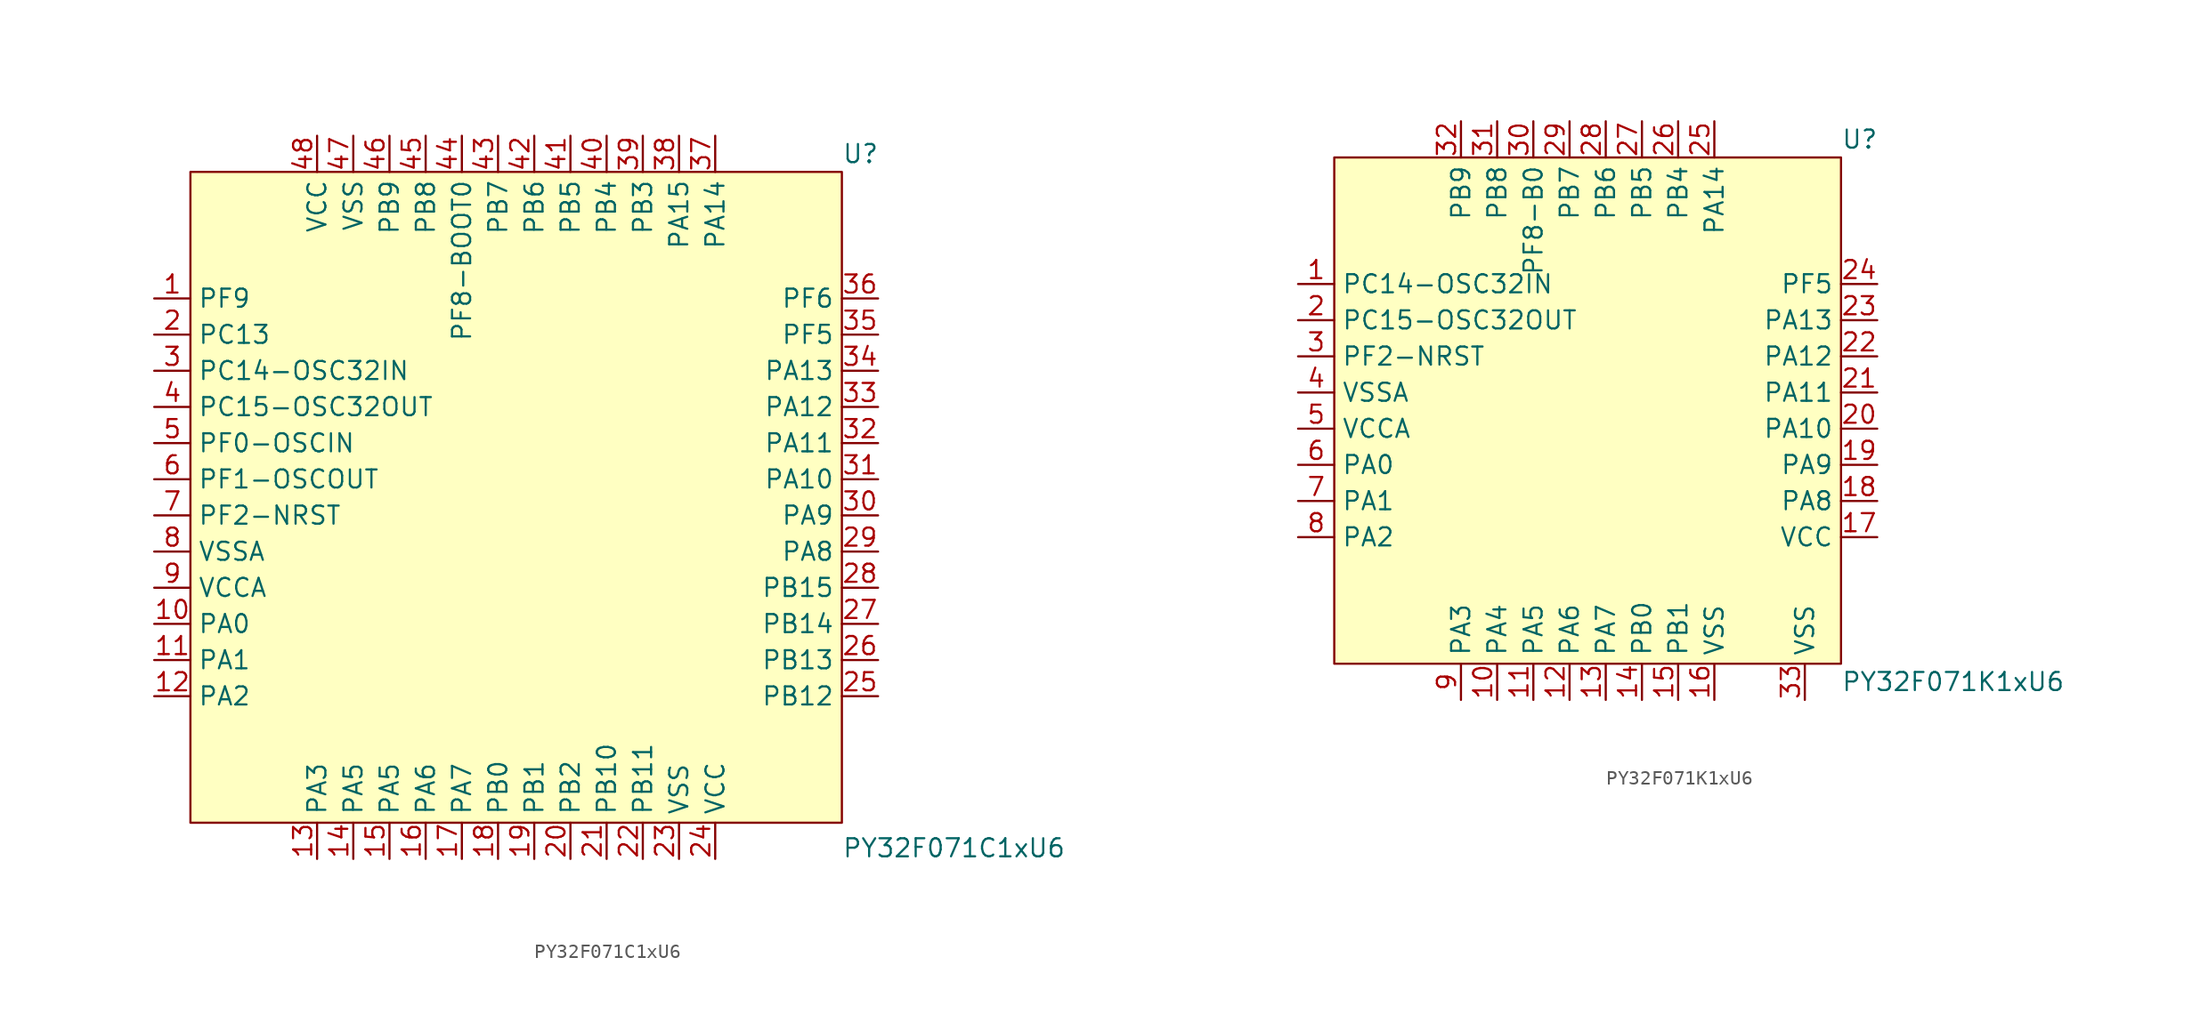
<source format=kicad_sym>
(kicad_symbol_lib
  (version 20241209)
  (generator "kicad_symbol_editor")
  (generator_version "9.0")
  (symbol "PY32F071C1xU6"
    (property "Reference" "U"
      (at 22.86 24.13 0)
      (effects (font (size 1.27 1.27)) (justify left)))
    (property "Value" "PY32F071C1xU6"
      (at 22.86 -24.638 0)
      (effects (font (size 1.27 1.27)) (justify left)))
    (symbol "PY32F071C1xU6_0_0"
      (pin unspecified line (at -25.4 13.97 0) (length 2.54) (name "PF9" (effects (font (size 1.27 1.27)))) (number "1" (effects (font (size 1.27 1.27)))))
      (pin unspecified line (at -25.4 11.43 0) (length 2.54) (name "PC13" (effects (font (size 1.27 1.27)))) (number "2" (effects (font (size 1.27 1.27)))))
      (pin unspecified line (at -25.4 8.89 0) (length 2.54) (name "PC14-OSC32IN" (effects (font (size 1.27 1.27)))) (number "3" (effects (font (size 1.27 1.27)))))
      (pin unspecified line (at -25.4 6.35 0) (length 2.54) (name "PC15-OSC32OUT" (effects (font (size 1.27 1.27)))) (number "4" (effects (font (size 1.27 1.27)))))
      (pin unspecified line (at -25.4 3.81 0) (length 2.54) (name "PF0-OSCIN" (effects (font (size 1.27 1.27)))) (number "5" (effects (font (size 1.27 1.27)))))
      (pin unspecified line (at -25.4 1.27 0) (length 2.54) (name "PF1-OSCOUT" (effects (font (size 1.27 1.27)))) (number "6" (effects (font (size 1.27 1.27)))))
      (pin unspecified line (at -25.4 -1.27 0) (length 2.54) (name "PF2-NRST" (effects (font (size 1.27 1.27)))) (number "7" (effects (font (size 1.27 1.27)))))
      (pin unspecified line (at -25.4 -3.81 0) (length 2.54) (name "VSSA" (effects (font (size 1.27 1.27)))) (number "8" (effects (font (size 1.27 1.27)))))
      (pin unspecified line (at -25.4 -6.35 0) (length 2.54) (name "VCCA" (effects (font (size 1.27 1.27)))) (number "9" (effects (font (size 1.27 1.27)))))
      (pin unspecified line (at -25.4 -8.89 0) (length 2.54) (name "PA0" (effects (font (size 1.27 1.27)))) (number "10" (effects (font (size 1.27 1.27)))))
      (pin unspecified line (at -25.4 -11.43 0) (length 2.54) (name "PA1" (effects (font (size 1.27 1.27)))) (number "11" (effects (font (size 1.27 1.27)))))
      (pin unspecified line (at -25.4 -13.97 0) (length 2.54) (name "PA2" (effects (font (size 1.27 1.27)))) (number "12" (effects (font (size 1.27 1.27)))))
      (pin unspecified line (at -13.97 25.4 270) (length 2.54) (name "VCC" (effects (font (size 1.27 1.27)))) (number "48" (effects (font (size 1.27 1.27)))))
      (pin unspecified line (at -13.97 -25.4 90) (length 2.54) (name "PA3" (effects (font (size 1.27 1.27)))) (number "13" (effects (font (size 1.27 1.27)))))
      (pin unspecified line (at -11.43 25.4 270) (length 2.54) (name "VSS" (effects (font (size 1.27 1.27)))) (number "47" (effects (font (size 1.27 1.27)))))
      (pin unspecified line (at -11.43 -25.4 90) (length 2.54) (name "PA5" (effects (font (size 1.27 1.27)))) (number "14" (effects (font (size 1.27 1.27)))))
      (pin unspecified line (at -8.89 25.4 270) (length 2.54) (name "PB9" (effects (font (size 1.27 1.27)))) (number "46" (effects (font (size 1.27 1.27)))))
      (pin unspecified line (at -8.89 -25.4 90) (length 2.54) (name "PA5" (effects (font (size 1.27 1.27)))) (number "15" (effects (font (size 1.27 1.27)))))
      (pin unspecified line (at -6.35 25.4 270) (length 2.54) (name "PB8" (effects (font (size 1.27 1.27)))) (number "45" (effects (font (size 1.27 1.27)))))
      (pin unspecified line (at -6.35 -25.4 90) (length 2.54) (name "PA6" (effects (font (size 1.27 1.27)))) (number "16" (effects (font (size 1.27 1.27)))))
      (pin unspecified line (at -3.81 25.4 270) (length 2.54) (name "PF8-BOOT0" (effects (font (size 1.27 1.27)))) (number "44" (effects (font (size 1.27 1.27)))))
      (pin unspecified line (at -3.81 -25.4 90) (length 2.54) (name "PA7" (effects (font (size 1.27 1.27)))) (number "17" (effects (font (size 1.27 1.27)))))
      (pin unspecified line (at -1.27 25.4 270) (length 2.54) (name "PB7" (effects (font (size 1.27 1.27)))) (number "43" (effects (font (size 1.27 1.27)))))
      (pin unspecified line (at -1.27 -25.4 90) (length 2.54) (name "PB0" (effects (font (size 1.27 1.27)))) (number "18" (effects (font (size 1.27 1.27)))))
      (pin unspecified line (at 1.27 25.4 270) (length 2.54) (name "PB6" (effects (font (size 1.27 1.27)))) (number "42" (effects (font (size 1.27 1.27)))))
      (pin unspecified line (at 1.27 -25.4 90) (length 2.54) (name "PB1" (effects (font (size 1.27 1.27)))) (number "19" (effects (font (size 1.27 1.27)))))
      (pin unspecified line (at 3.81 -25.4 90) (length 2.54) (name "PB2" (effects (font (size 1.27 1.27)))) (number "20" (effects (font (size 1.27 1.27)))))
      (pin unspecified line (at 6.35 -25.4 90) (length 2.54) (name "PB10" (effects (font (size 1.27 1.27)))) (number "21" (effects (font (size 1.27 1.27)))))
      (pin unspecified line (at 8.89 25.4 270) (length 2.54) (name "PB3" (effects (font (size 1.27 1.27)))) (number "39" (effects (font (size 1.27 1.27)))))
      (pin unspecified line (at 8.89 -25.4 90) (length 2.54) (name "PB11" (effects (font (size 1.27 1.27)))) (number "22" (effects (font (size 1.27 1.27)))))
      (pin unspecified line (at 11.43 25.4 270) (length 2.54) (name "PA15" (effects (font (size 1.27 1.27)))) (number "38" (effects (font (size 1.27 1.27)))))
      (pin unspecified line (at 11.43 -25.4 90) (length 2.54) (name "VSS" (effects (font (size 1.27 1.27)))) (number "23" (effects (font (size 1.27 1.27)))))
      (pin unspecified line (at 13.97 25.4 270) (length 2.54) (name "PA14" (effects (font (size 1.27 1.27)))) (number "37" (effects (font (size 1.27 1.27)))))
      (pin unspecified line (at 25.4 13.97 180) (length 2.54) (name "PF6" (effects (font (size 1.27 1.27)))) (number "36" (effects (font (size 1.27 1.27)))))
      (pin unspecified line (at 25.4 11.43 180) (length 2.54) (name "PF5" (effects (font (size 1.27 1.27)))) (number "35" (effects (font (size 1.27 1.27)))))
      (pin unspecified line (at 25.4 8.89 180) (length 2.54) (name "PA13" (effects (font (size 1.27 1.27)))) (number "34" (effects (font (size 1.27 1.27)))))
      (pin unspecified line (at 25.4 6.35 180) (length 2.54) (name "PA12" (effects (font (size 1.27 1.27)))) (number "33" (effects (font (size 1.27 1.27)))))
      (pin unspecified line (at 25.4 3.81 180) (length 2.54) (name "PA11" (effects (font (size 1.27 1.27)))) (number "32" (effects (font (size 1.27 1.27)))))
      (pin unspecified line (at 25.4 1.27 180) (length 2.54) (name "PA10" (effects (font (size 1.27 1.27)))) (number "31" (effects (font (size 1.27 1.27)))))
      (pin unspecified line (at 25.4 -1.27 180) (length 2.54) (name "PA9" (effects (font (size 1.27 1.27)))) (number "30" (effects (font (size 1.27 1.27)))))
      (pin unspecified line (at 25.4 -3.81 180) (length 2.54) (name "PA8" (effects (font (size 1.27 1.27)))) (number "29" (effects (font (size 1.27 1.27)))))
      (pin unspecified line (at 25.4 -6.35 180) (length 2.54) (name "PB15" (effects (font (size 1.27 1.27)))) (number "28" (effects (font (size 1.27 1.27)))))
      (pin unspecified line (at 25.4 -8.89 180) (length 2.54) (name "PB14" (effects (font (size 1.27 1.27)))) (number "27" (effects (font (size 1.27 1.27)))))
      (pin unspecified line (at 25.4 -11.43 180) (length 2.54) (name "PB13" (effects (font (size 1.27 1.27)))) (number "26" (effects (font (size 1.27 1.27))))))
    (symbol "PY32F071C1xU6_1_0"
      (pin unspecified line (at 3.81 25.4 270) (length 2.54) (name "PB5" (effects (font (size 1.27 1.27)))) (number "41" (effects (font (size 1.27 1.27)))))
      (pin unspecified line (at 6.35 25.4 270) (length 2.54) (name "PB4" (effects (font (size 1.27 1.27)))) (number "40" (effects (font (size 1.27 1.27)))))
      (pin unspecified line (at 13.97 -25.4 90) (length 2.54) (name "VCC" (effects (font (size 1.27 1.27)))) (number "24" (effects (font (size 1.27 1.27)))))
      (pin unspecified line (at 25.4 -13.97 180) (length 2.54) (name "PB12" (effects (font (size 1.27 1.27)))) (number "25" (effects (font (size 1.27 1.27))))))
    (symbol "PY32F071C1xU6_1_1"
      (rectangle (start -22.86 22.86) (end 22.86 -22.86) (stroke (width 0) (type solid)) (fill (type background)))))
  (symbol "PY32F071K1xU6"
    (property "Reference" "U"
      (at 17.78 19.05 0)
      (effects (font (size 1.27 1.27)) (justify left)))
    (property "Value" "PY32F071K1xU6"
      (at 17.78 -19.05 0)
      (effects (font (size 1.27 1.27)) (justify left)))
    (symbol "PY32F071K1xU6_0_0"
      (pin unspecified line (at -20.32 8.89 0) (length 2.54) (name "PC14-OSC32IN" (effects (font (size 1.27 1.27)))) (number "1" (effects (font (size 1.27 1.27)))))
      (pin unspecified line (at -20.32 6.35 0) (length 2.54) (name "PC15-OSC32OUT" (effects (font (size 1.27 1.27)))) (number "2" (effects (font (size 1.27 1.27)))))
      (pin unspecified line (at -20.32 3.81 0) (length 2.54) (name "PF2-NRST" (effects (font (size 1.27 1.27)))) (number "3" (effects (font (size 1.27 1.27)))))
      (pin unspecified line (at -20.32 1.27 0) (length 2.54) (name "VSSA" (effects (font (size 1.27 1.27)))) (number "4" (effects (font (size 1.27 1.27)))))
      (pin unspecified line (at -20.32 -1.27 0) (length 2.54) (name "VCCA" (effects (font (size 1.27 1.27)))) (number "5" (effects (font (size 1.27 1.27)))))
      (pin unspecified line (at -20.32 -3.81 0) (length 2.54) (name "PA0" (effects (font (size 1.27 1.27)))) (number "6" (effects (font (size 1.27 1.27)))))
      (pin unspecified line (at -20.32 -6.35 0) (length 2.54) (name "PA1" (effects (font (size 1.27 1.27)))) (number "7" (effects (font (size 1.27 1.27)))))
      (pin unspecified line (at -20.32 -8.89 0) (length 2.54) (name "PA2" (effects (font (size 1.27 1.27)))) (number "8" (effects (font (size 1.27 1.27)))))
      (pin unspecified line (at -8.89 20.32 270) (length 2.54) (name "PB9" (effects (font (size 1.27 1.27)))) (number "32" (effects (font (size 1.27 1.27)))))
      (pin unspecified line (at -8.89 -20.32 90) (length 2.54) (name "PA3" (effects (font (size 1.27 1.27)))) (number "9" (effects (font (size 1.27 1.27)))))
      (pin unspecified line (at -6.35 20.32 270) (length 2.54) (name "PB8" (effects (font (size 1.27 1.27)))) (number "31" (effects (font (size 1.27 1.27)))))
      (pin unspecified line (at -6.35 -20.32 90) (length 2.54) (name "PA4" (effects (font (size 1.27 1.27)))) (number "10" (effects (font (size 1.27 1.27)))))
      (pin unspecified line (at -3.81 -20.32 90) (length 2.54) (name "PA5" (effects (font (size 1.27 1.27)))) (number "11" (effects (font (size 1.27 1.27)))))
      (pin unspecified line (at -1.27 20.32 270) (length 2.54) (name "PB7" (effects (font (size 1.27 1.27)))) (number "29" (effects (font (size 1.27 1.27)))))
      (pin unspecified line (at -1.27 -20.32 90) (length 2.54) (name "PA6" (effects (font (size 1.27 1.27)))) (number "12" (effects (font (size 1.27 1.27)))))
      (pin unspecified line (at 1.27 20.32 270) (length 2.54) (name "PB6" (effects (font (size 1.27 1.27)))) (number "28" (effects (font (size 1.27 1.27)))))
      (pin unspecified line (at 1.27 -20.32 90) (length 2.54) (name "PA7" (effects (font (size 1.27 1.27)))) (number "13" (effects (font (size 1.27 1.27)))))
      (pin unspecified line (at 3.81 20.32 270) (length 2.54) (name "PB5" (effects (font (size 1.27 1.27)))) (number "27" (effects (font (size 1.27 1.27)))))
      (pin unspecified line (at 3.81 -20.32 90) (length 2.54) (name "PB0" (effects (font (size 1.27 1.27)))) (number "14" (effects (font (size 1.27 1.27)))))
      (pin unspecified line (at 6.35 20.32 270) (length 2.54) (name "PB4" (effects (font (size 1.27 1.27)))) (number "26" (effects (font (size 1.27 1.27)))))
      (pin unspecified line (at 6.35 -20.32 90) (length 2.54) (name "PB1" (effects (font (size 1.27 1.27)))) (number "15" (effects (font (size 1.27 1.27)))))
      (pin unspecified line (at 8.89 -20.32 90) (length 2.54) (name "VSS" (effects (font (size 1.27 1.27)))) (number "16" (effects (font (size 1.27 1.27)))))
      (pin unspecified line (at 20.32 6.35 180) (length 2.54) (name "PA13" (effects (font (size 1.27 1.27)))) (number "23" (effects (font (size 1.27 1.27)))))
      (pin unspecified line (at 20.32 3.81 180) (length 2.54) (name "PA12" (effects (font (size 1.27 1.27)))) (number "22" (effects (font (size 1.27 1.27)))))
      (pin unspecified line (at 20.32 1.27 180) (length 2.54) (name "PA11" (effects (font (size 1.27 1.27)))) (number "21" (effects (font (size 1.27 1.27)))))
      (pin unspecified line (at 20.32 -1.27 180) (length 2.54) (name "PA10" (effects (font (size 1.27 1.27)))) (number "20" (effects (font (size 1.27 1.27)))))
      (pin unspecified line (at 20.32 -3.81 180) (length 2.54) (name "PA9" (effects (font (size 1.27 1.27)))) (number "19" (effects (font (size 1.27 1.27)))))
      (pin unspecified line (at 20.32 -6.35 180) (length 2.54) (name "PA8" (effects (font (size 1.27 1.27)))) (number "18" (effects (font (size 1.27 1.27)))))
      (pin unspecified line (at 20.32 -8.89 180) (length 2.54) (name "VCC" (effects (font (size 1.27 1.27)))) (number "17" (effects (font (size 1.27 1.27))))))
    (symbol "PY32F071K1xU6_1_0"
      (pin unspecified line (at -3.81 20.32 270) (length 2.54) (name "PF8-B0" (effects (font (size 1.27 1.27)))) (number "30" (effects (font (size 1.27 1.27)))))
      (pin unspecified line (at 8.89 20.32 270) (length 2.54) (name "PA14" (effects (font (size 1.27 1.27)))) (number "25" (effects (font (size 1.27 1.27)))))
      (pin unspecified line (at 15.24 -20.32 90) (length 2.54) (name "VSS" (effects (font (size 1.27 1.27)))) (number "33" (effects (font (size 1.27 1.27)))))
      (pin unspecified line (at 20.32 8.89 180) (length 2.54) (name "PF5" (effects (font (size 1.27 1.27)))) (number "24" (effects (font (size 1.27 1.27))))))
    (symbol "PY32F071K1xU6_1_1"
      (rectangle (start -17.78 17.78) (end 17.78 -17.78) (stroke (width 0) (type solid)) (fill (type background))))))
</source>
